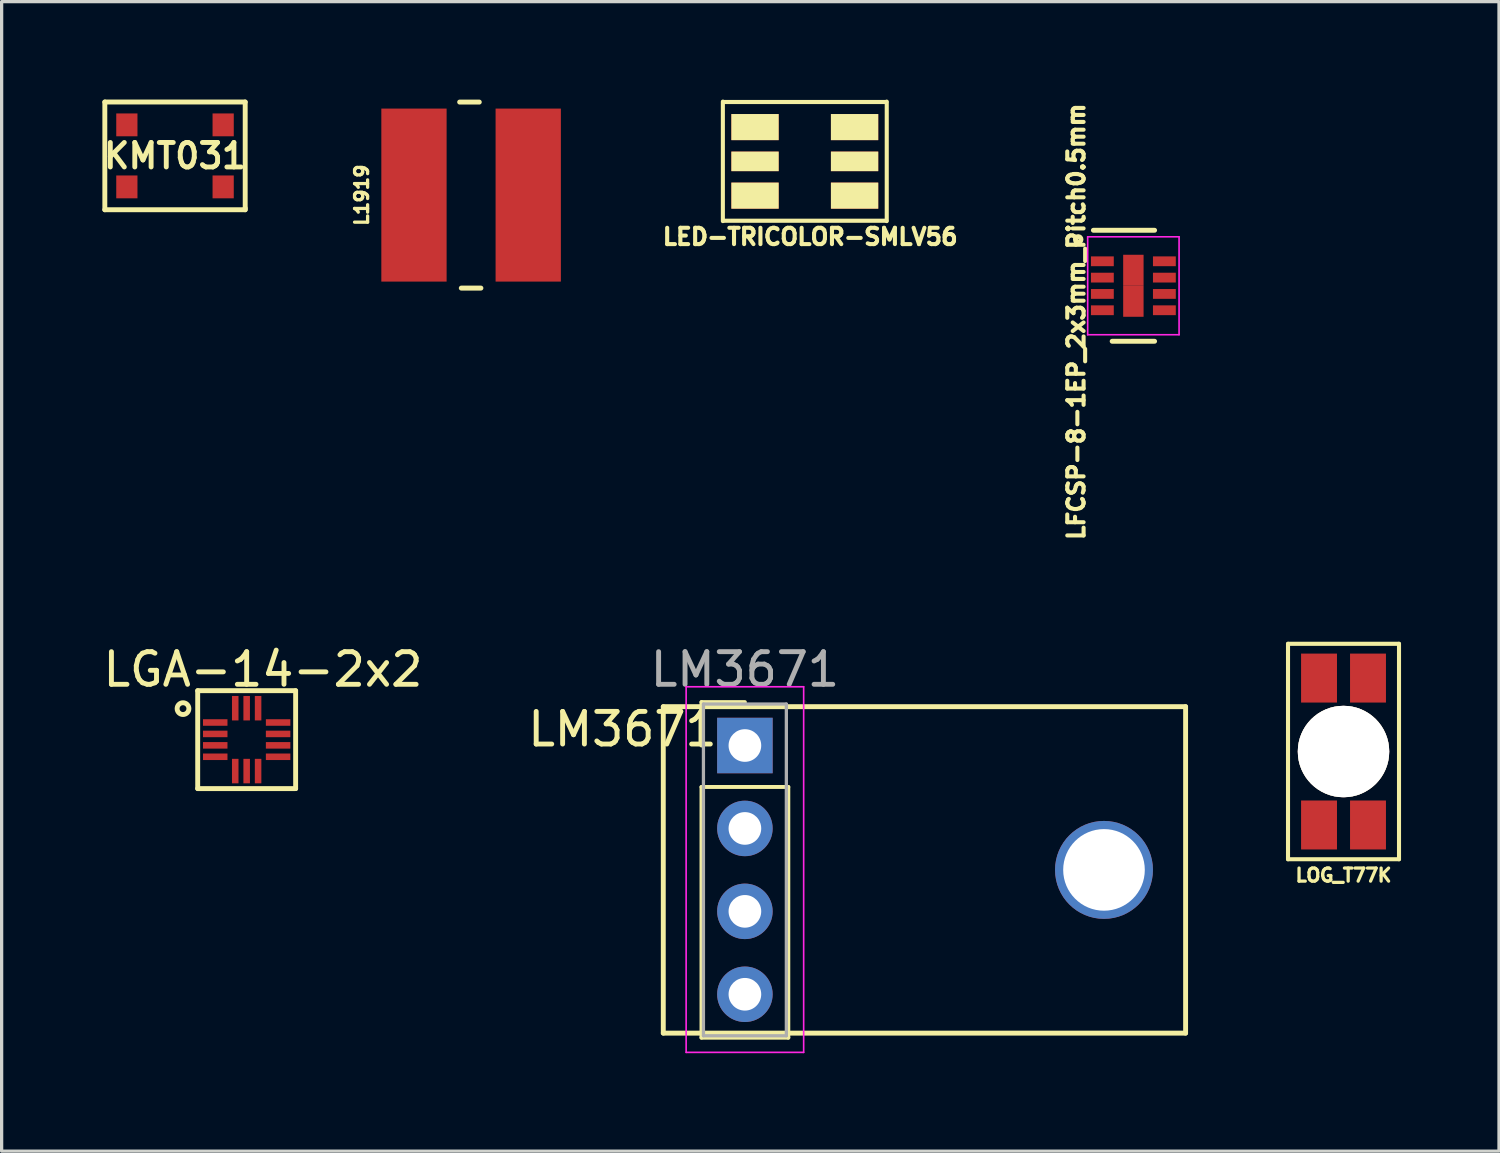
<source format=kicad_pcb>
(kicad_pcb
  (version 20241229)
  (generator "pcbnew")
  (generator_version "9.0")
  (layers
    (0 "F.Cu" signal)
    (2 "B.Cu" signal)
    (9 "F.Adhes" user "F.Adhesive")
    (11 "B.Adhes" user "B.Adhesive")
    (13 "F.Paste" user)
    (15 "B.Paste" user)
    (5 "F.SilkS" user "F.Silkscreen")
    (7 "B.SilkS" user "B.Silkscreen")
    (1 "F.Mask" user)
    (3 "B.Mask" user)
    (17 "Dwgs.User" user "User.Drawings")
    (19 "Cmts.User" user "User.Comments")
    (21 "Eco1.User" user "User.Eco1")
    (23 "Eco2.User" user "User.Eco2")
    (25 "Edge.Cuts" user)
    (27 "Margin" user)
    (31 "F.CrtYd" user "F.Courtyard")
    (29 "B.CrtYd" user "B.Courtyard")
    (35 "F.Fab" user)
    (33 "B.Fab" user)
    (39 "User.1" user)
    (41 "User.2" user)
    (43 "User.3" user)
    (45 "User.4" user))
  (footprint "LED-TRICOLOR-SMLV56"
    (layer "F.Cu")
    (at 21.603 1.893)
    (property "Reference" "LED-TRICOLOR-SMLV56" (at 0.165 2.31 0) (layer "F.SilkS") (effects (font (size 0.5 0.5) (thickness 0.125))))
    (attr smd)
    (fp_line (start -2.51 -1.83) (end -2.51 1.83) (stroke (width 0.125) (type solid)) (layer "F.SilkS"))
    (fp_line (start -2.499 -1.819) (end 2.499 -1.819) (stroke (width 0.127) (type solid)) (layer "F.SilkS"))
    (fp_line (start 2.499 1.819) (end -2.499 1.819) (stroke (width 0.127) (type solid)) (layer "F.SilkS"))
    (fp_line (start 2.51 -1.83) (end 2.51 1.83) (stroke (width 0.125) (type solid)) (layer "F.SilkS"))
    (pad "1" smd rect (at -1.525 -1.05) (size 1.45 0.8) (layers "F.Cu" "F.Mask" "F.SilkS" "F.Paste"))
    (pad "2" smd rect (at -1.525 0) (size 1.45 0.6) (layers "F.Cu" "F.Mask" "F.SilkS" "F.Paste"))
    (pad "3" smd rect (at -1.525 1.05) (size 1.45 0.8) (layers "F.Cu" "F.Mask" "F.SilkS" "F.Paste"))
    (pad "4" smd rect (at 1.525 1.05) (size 1.45 0.8) (layers "F.Cu" "F.Mask" "F.SilkS" "F.Paste"))
    (pad "5" smd rect (at 1.525 0) (size 1.45 0.6) (layers "F.Cu" "F.Mask" "F.SilkS" "F.Paste"))
    (pad "6" smd rect (at 1.525 -1.05) (size 1.45 0.8) (layers "F.Cu" "F.Mask" "F.SilkS" "F.Paste")))
  (footprint "KMT031"
    (layer "F.Cu")
    (at 2.311 1.725)
    (property "Reference" "KMT031" (at 0 0 0) (layer "F.SilkS") (effects (font (size 0.75 0.75) (thickness 0.15))))
    (attr through_hole)
    (fp_line (start -2.15 -1.65) (end 2.15 -1.65) (stroke (width 0.15) (type solid)) (layer "F.SilkS"))
    (fp_line (start -2.15 1.65) (end -2.15 -1.65) (stroke (width 0.15) (type solid)) (layer "F.SilkS"))
    (fp_line (start 2.15 -1.65) (end 2.15 1.6) (stroke (width 0.15) (type solid)) (layer "F.SilkS"))
    (fp_line (start 2.15 1.6) (end 2.15 1.65) (stroke (width 0.15) (type solid)) (layer "F.SilkS"))
    (fp_line (start 2.15 1.65) (end -2.15 1.65) (stroke (width 0.15) (type solid)) (layer "F.SilkS"))
    (pad "1" smd rect (at -1.475 0.95) (size 0.65 0.7) (layers "F.Cu" "F.Mask" "F.Paste"))
    (pad "2" smd rect (at 1.475 0.95) (size 0.65 0.7) (layers "F.Cu" "F.Mask" "F.Paste"))
    (pad "3" smd rect (at 1.475 -0.95) (size 0.65 0.7) (layers "F.Cu" "F.Mask" "F.Paste"))
    (pad "4" smd rect (at -1.475 -0.95) (size 0.65 0.7) (layers "F.Cu" "F.Mask" "F.Paste")))
  (footprint "LFCSP-8-1EP_2x3mm_Pitch0.5mm"
    (layer "F.Cu")
    (at 31.668 5.704)
    (property "Reference" "LFCSP-8-1EP_2x3mm_Pitch0.5mm" (at -1.75 1.1 270) (layer "F.SilkS") (effects (font (size 0.5 0.5) (thickness 0.125))))
    (attr smd)
    (fp_line (start -1.225 -1.7) (end 0.65 -1.7) (stroke (width 0.15) (type solid)) (layer "F.SilkS"))
    (fp_line (start -0.65 1.7) (end 0.65 1.7) (stroke (width 0.15) (type solid)) (layer "F.SilkS"))
    (fp_circle (center -1.69 -1.42) (end -1.76 -1.47) (stroke (width 0.15) (type solid)) (fill no) (layer "F.SilkS"))
    (fp_line (start -1.4 -1.5) (end -1.4 1.5) (stroke (width 0.05) (type solid)) (layer "F.CrtYd"))
    (fp_line (start -1.4 -1.5) (end 1.4 -1.5) (stroke (width 0.05) (type solid)) (layer "F.CrtYd"))
    (fp_line (start -1.4 1.5) (end 1.4 1.5) (stroke (width 0.05) (type solid)) (layer "F.CrtYd"))
    (fp_line (start 1.4 -1.5) (end 1.4 1.5) (stroke (width 0.05) (type solid)) (layer "F.CrtYd"))
    (pad "1" smd rect (at -0.95 -0.75) (size 0.7 0.3) (layers "F.Cu" "F.Mask" "F.Paste"))
    (pad "2" smd rect (at -0.95 -0.25) (size 0.7 0.3) (layers "F.Cu" "F.Mask" "F.Paste"))
    (pad "3" smd rect (at -0.95 0.25) (size 0.7 0.3) (layers "F.Cu" "F.Mask" "F.Paste"))
    (pad "4" smd rect (at -0.95 0.75) (size 0.7 0.3) (layers "F.Cu" "F.Mask" "F.Paste"))
    (pad "5" smd rect (at 0.95 0.75) (size 0.7 0.3) (layers "F.Cu" "F.Mask" "F.Paste"))
    (pad "6" smd rect (at 0.95 0.25) (size 0.7 0.3) (layers "F.Cu" "F.Mask" "F.Paste"))
    (pad "7" smd rect (at 0.95 -0.25) (size 0.7 0.3) (layers "F.Cu" "F.Mask" "F.Paste"))
    (pad "8" smd rect (at 0.95 -0.75) (size 0.7 0.3) (layers "F.Cu" "F.Mask" "F.Paste"))
    (pad "9" smd rect (at 0 -0.475) (size 0.625 0.95) (layers "F.Cu" "F.Mask" "F.Paste"))
    (pad "9" smd rect (at 0 0.475) (size 0.625 0.95) (layers "F.Cu" "F.Mask" "F.Paste")))
  (footprint "L1919"
    (layer "F.Cu")
    (at 11.381 2.926)
    (property "Reference" "L1919" (at -3.35 0 90) (layer "F.SilkS") (effects (font (size 0.4 0.4) (thickness 0.1))))
    (attr smd)
    (fp_line (start -0.35 -2.849) (end 0.25 -2.849) (stroke (width 0.152) (type solid)) (layer "F.SilkS"))
    (fp_line (start -0.3 2.849) (end 0.3 2.849) (stroke (width 0.152) (type solid)) (layer "F.SilkS"))
    (pad "1" smd rect (at -1.75 0) (size 2 5.3) (layers "F.Cu" "F.Mask" "F.Paste"))
    (pad "2" smd rect (at 1.75 0) (size 2 5.3) (layers "F.Cu" "F.Mask" "F.Paste")))
  (footprint "LGA-14-2x2"
    (layer "F.Cu")
    (at 4.506 19.607)
    (property "Reference" "LGA-14-2x2" (at 0.5 -2.15 0) (layer "F.SilkS") (effects (font (size 1 1) (thickness 0.15))))
    (attr through_hole)
    (fp_line (start -1.5 -1.5) (end -1.5 1.5) (stroke (width 0.15) (type solid)) (layer "F.SilkS"))
    (fp_line (start -1.5 1.5) (end 1.5 1.5) (stroke (width 0.15) (type solid)) (layer "F.SilkS"))
    (fp_line (start 1.5 -1.5) (end -1.5 -1.5) (stroke (width 0.15) (type solid)) (layer "F.SilkS"))
    (fp_line (start 1.5 1.5) (end 1.5 -1.5) (stroke (width 0.15) (type solid)) (layer "F.SilkS"))
    (fp_circle (center -1.95 -0.95) (end -1.8 -0.85) (stroke (width 0.15) (type solid)) (fill no) (layer "F.SilkS"))
    (pad "1" smd rect (at -0.963 -0.525) (size 0.75 0.2) (layers "F.Cu" "F.Mask" "F.Paste"))
    (pad "2" smd rect (at -0.963 -0.175) (size 0.75 0.2) (layers "F.Cu" "F.Mask" "F.Paste"))
    (pad "3" smd rect (at -0.963 0.175) (size 0.75 0.2) (layers "F.Cu" "F.Mask" "F.Paste"))
    (pad "4" smd rect (at -0.963 0.525) (size 0.75 0.2) (layers "F.Cu" "F.Mask" "F.Paste"))
    (pad "5" smd rect (at -0.35 0.963 90) (size 0.75 0.2) (layers "F.Cu" "F.Mask" "F.Paste"))
    (pad "6" smd rect (at 0 0.963 90) (size 0.75 0.2) (layers "F.Cu" "F.Mask" "F.Paste"))
    (pad "7" smd rect (at 0.35 0.963 90) (size 0.75 0.2) (layers "F.Cu" "F.Mask" "F.Paste"))
    (pad "8" smd rect (at 0.963 0.525) (size 0.75 0.2) (layers "F.Cu" "F.Mask" "F.Paste"))
    (pad "9" smd rect (at 0.963 0.175) (size 0.75 0.2) (layers "F.Cu" "F.Mask" "F.Paste"))
    (pad "10" smd rect (at 0.963 -0.175) (size 0.75 0.2) (layers "F.Cu" "F.Mask" "F.Paste"))
    (pad "11" smd rect (at 0.963 -0.525) (size 0.75 0.2) (layers "F.Cu" "F.Mask" "F.Paste"))
    (pad "12" smd rect (at 0.35 -0.963 90) (size 0.75 0.2) (layers "F.Cu" "F.Mask" "F.Paste"))
    (pad "13" smd rect (at 0 -0.963 90) (size 0.75 0.2) (layers "F.Cu" "F.Mask" "F.Paste"))
    (pad "14" smd rect (at -0.35 -0.963 90) (size 0.75 0.2) (layers "F.Cu" "F.Mask" "F.Paste")))
  (footprint "LM3671"
    (layer "F.Cu")
    (at 19.768 19.787)
    (property "Reference" "LM3671" (at -3.75 -0.5 0) (layer "F.SilkS") (effects (font (size 1 1) (thickness 0.15))))
    (attr through_hole)
    (fp_line (start -2.5 -1.19) (end -2.5 8.81) (stroke (width 0.15) (type solid)) (layer "F.SilkS"))
    (fp_line (start -2.5 8.81) (end 13.5 8.81) (stroke (width 0.15) (type solid)) (layer "F.SilkS"))
    (fp_line (start -1.33 -1.33) (end 0 -1.33) (stroke (width 0.12) (type solid)) (layer "F.SilkS"))
    (fp_line (start -1.33 0) (end -1.33 -1.33) (stroke (width 0.12) (type solid)) (layer "F.SilkS"))
    (fp_line (start -1.33 1.27) (end -1.33 8.95) (stroke (width 0.12) (type solid)) (layer "F.SilkS"))
    (fp_line (start -1.33 8.95) (end 1.33 8.95) (stroke (width 0.12) (type solid)) (layer "F.SilkS"))
    (fp_line (start 1.33 1.27) (end -1.33 1.27) (stroke (width 0.12) (type solid)) (layer "F.SilkS"))
    (fp_line (start 1.33 8.95) (end 1.33 1.27) (stroke (width 0.12) (type solid)) (layer "F.SilkS"))
    (fp_line (start 13.5 -1.19) (end -2.5 -1.19) (stroke (width 0.15) (type solid)) (layer "F.SilkS"))
    (fp_line (start 13.5 8.81) (end 13.5 -1.19) (stroke (width 0.15) (type solid)) (layer "F.SilkS"))
    (fp_line (start -1.8 -1.8) (end -1.8 9.4) (stroke (width 0.05) (type solid)) (layer "F.CrtYd"))
    (fp_line (start -1.8 9.4) (end 1.8 9.4) (stroke (width 0.05) (type solid)) (layer "F.CrtYd"))
    (fp_line (start 1.8 -1.8) (end -1.8 -1.8) (stroke (width 0.05) (type solid)) (layer "F.CrtYd"))
    (fp_line (start 1.8 9.4) (end 1.8 -1.8) (stroke (width 0.05) (type solid)) (layer "F.CrtYd"))
    (fp_line (start -1.27 -1.27) (end -1.27 8.89) (stroke (width 0.1) (type solid)) (layer "F.Fab"))
    (fp_line (start -1.27 8.89) (end 1.27 8.89) (stroke (width 0.1) (type solid)) (layer "F.Fab"))
    (fp_line (start 1.27 -1.27) (end -1.27 -1.27) (stroke (width 0.1) (type solid)) (layer "F.Fab"))
    (fp_line (start 1.27 8.89) (end 1.27 -1.27) (stroke (width 0.1) (type solid)) (layer "F.Fab"))
    (fp_text user "${REFERENCE}" (at 0 -2.33 0) (layer "F.Fab") (effects (font (size 1 1) (thickness 0.15))))
    (pad "" thru_hole circle (at 11 3.81) (size 3 3) (drill 2.5) (layers "*.Cu" "*.Mask"))
    (pad "1" thru_hole rect (at 0 0) (size 1.7 1.7) (drill 1) (layers "*.Cu" "*.Mask"))
    (pad "2" thru_hole oval (at 0 2.54) (size 1.7 1.7) (drill 1) (layers "*.Cu" "*.Mask"))
    (pad "3" thru_hole oval (at 0 5.08) (size 1.7 1.7) (drill 1) (layers "*.Cu" "*.Mask"))
    (pad "4" thru_hole oval (at 0 7.62) (size 1.7 1.7) (drill 1) (layers "*.Cu" "*.Mask")))
  (footprint "LOG_T77K"
    (layer "F.Cu")
    (at 38.105 19.971)
    (property "Reference" "LOG_T77K" (at 0 3.79 0) (layer "F.SilkS") (effects (font (size 0.4 0.4) (thickness 0.1))))
    (attr through_hole)
    (fp_line (start -1.7 -3.3) (end 1.7 -3.3) (stroke (width 0.125) (type solid)) (layer "F.SilkS"))
    (fp_line (start -1.7 3.3) (end -1.7 -3.3) (stroke (width 0.125) (type solid)) (layer "F.SilkS"))
    (fp_line (start 1.7 -3.3) (end 1.7 3.3) (stroke (width 0.125) (type solid)) (layer "F.SilkS"))
    (fp_line (start 1.7 3.3) (end -1.7 3.3) (stroke (width 0.125) (type solid)) (layer "F.SilkS"))
    (pad "1" smd rect (at 0.75 2.25) (size 1.1 1.5) (layers "F.Cu" "F.Mask" "F.Paste"))
    (pad "2" smd rect (at 0.75 -2.25) (size 1.1 1.5) (layers "F.Cu" "F.Mask" "F.Paste"))
    (pad "3" smd rect (at -0.75 -2.25) (size 1.1 1.5) (layers "F.Cu" "F.Mask" "F.Paste"))
    (pad "4" smd rect (at -0.75 2.25) (size 1.1 1.5) (layers "F.Cu" "F.Mask" "F.Paste"))
    (pad "5" thru_hole circle (at 0 0) (size 2.8 2.8) (drill 2.8) (layers "*.Cu" "*.Mask" "F.SilkS")))
  (gr_rect
    (start -3 -3)
    (end 42.868 32.212)
    (stroke (width 0.1) (type default))
    (fill no)
    (layer "Edge.Cuts")))
</source>
